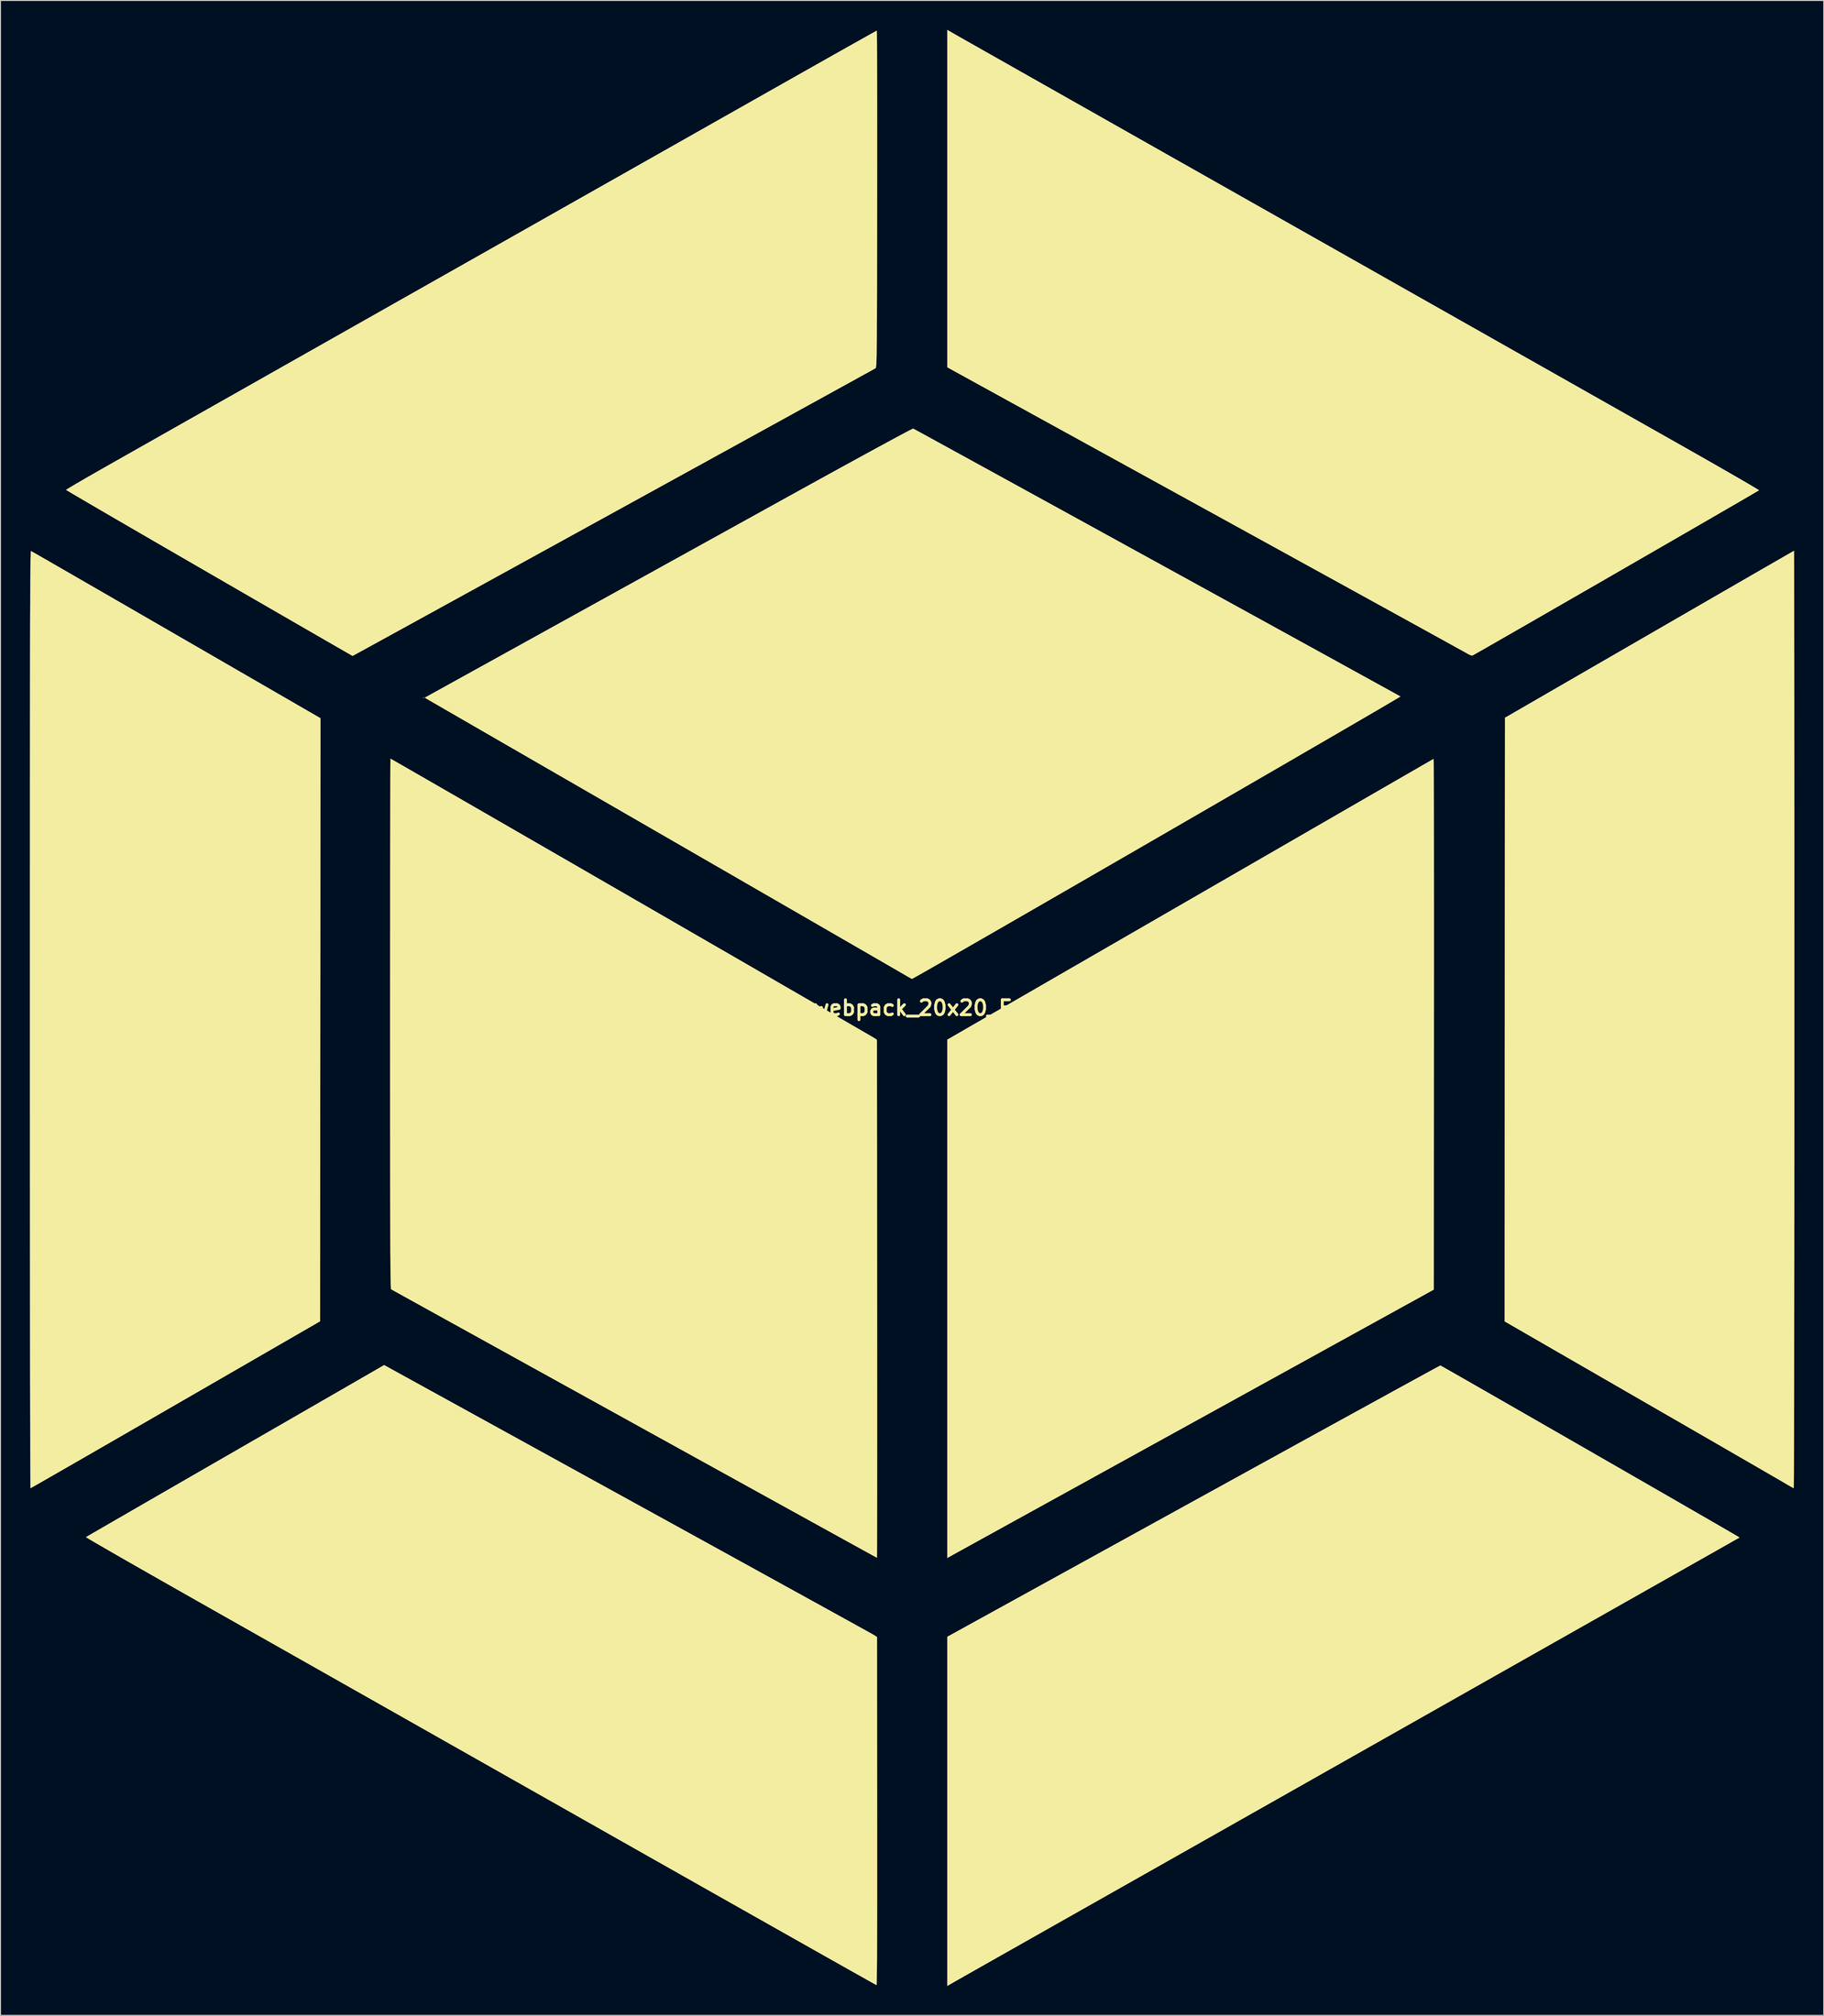
<source format=kicad_pcb>
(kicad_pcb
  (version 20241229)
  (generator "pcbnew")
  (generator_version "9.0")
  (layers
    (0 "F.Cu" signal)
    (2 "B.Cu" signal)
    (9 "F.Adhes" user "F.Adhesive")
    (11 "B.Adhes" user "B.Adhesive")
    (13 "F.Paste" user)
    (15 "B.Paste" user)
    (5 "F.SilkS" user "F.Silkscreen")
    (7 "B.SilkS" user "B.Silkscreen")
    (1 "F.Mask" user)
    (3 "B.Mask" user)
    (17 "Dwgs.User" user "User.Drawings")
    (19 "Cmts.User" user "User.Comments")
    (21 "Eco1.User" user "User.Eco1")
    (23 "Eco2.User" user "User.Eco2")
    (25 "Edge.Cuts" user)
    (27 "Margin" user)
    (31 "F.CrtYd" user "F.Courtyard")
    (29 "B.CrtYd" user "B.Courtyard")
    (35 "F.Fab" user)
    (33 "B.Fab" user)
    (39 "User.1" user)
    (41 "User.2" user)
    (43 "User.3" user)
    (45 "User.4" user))
  (footprint "webpack_20x20_F"
    (layer "F.Cu")
    (at 90.26 99.991)
    (property "Reference" "webpack_20x20_F" (at 0 0 0) (layer "F.SilkS") (effects (font (size 1.524 1.524) (thickness 0.3))))
    (attr through_hole)
    (fp_poly (pts (xy -49.953 -31.708) (xy -49.996 -31.665) (xy -50.038 -31.708) (xy -49.996 -31.75) (xy -49.953 -31.708)) (stroke (width 0.01) (type solid)) (fill yes) (layer "F.SilkS"))
    (fp_poly (pts (xy 53.282 -25.379) (xy 53.286 -25.136) (xy 53.291 -24.735) (xy 53.295 -24.184) (xy 53.299 -23.489) (xy 53.303 -22.656) (xy 53.306 -21.692) (xy 53.309 -20.603) (xy 53.312 -19.395) (xy 53.314 -18.074) (xy 53.317 -16.648) (xy 53.318 -15.121) (xy 53.32 -13.501) (xy 53.321 -11.794) (xy 53.322 -10.006) (xy 53.322 -8.143) (xy 53.322 -6.213) (xy 53.322 -4.22) (xy 53.321 -2.172) (xy 53.32 -0.074) (xy 53.319 1.654) (xy 53.298 28.802) (xy 40.598 35.805) (xy 38.99 36.692) (xy 37.272 37.639) (xy 35.465 38.635) (xy 33.588 39.67) (xy 31.663 40.731) (xy 29.71 41.808) (xy 27.75 42.889) (xy 25.803 43.962) (xy 23.89 45.016) (xy 22.032 46.041) (xy 20.248 47.024) (xy 18.561 47.955) (xy 16.989 48.821) (xy 16.171 49.272) (xy 14.857 49.996) (xy 13.578 50.701) (xy 12.343 51.382) (xy 11.161 52.034) (xy 10.04 52.652) (xy 8.987 53.233) (xy 8.012 53.771) (xy 7.123 54.261) (xy 6.328 54.7) (xy 5.635 55.082) (xy 5.052 55.404) (xy 4.588 55.66) (xy 4.252 55.846) (xy 4.05 55.958) (xy 4 55.985) (xy 3.556 56.235) (xy 3.556 3.239) (xy 28.384 -11.093) (xy 30.284 -12.19) (xy 32.146 -13.265) (xy 33.965 -14.315) (xy 35.736 -15.337) (xy 37.453 -16.328) (xy 39.112 -17.285) (xy 40.705 -18.205) (xy 42.23 -19.085) (xy 43.679 -19.922) (xy 45.047 -20.711) (xy 46.33 -21.452) (xy 47.522 -22.14) (xy 48.617 -22.772) (xy 49.611 -23.345) (xy 50.497 -23.857) (xy 51.271 -24.303) (xy 51.927 -24.682) (xy 52.459 -24.989) (xy 52.864 -25.222) (xy 53.134 -25.378) (xy 53.265 -25.453) (xy 53.277 -25.46) (xy 53.282 -25.379)) (stroke (width 0.01) (type solid)) (fill yes) (layer "F.SilkS"))
    (fp_poly (pts (xy 90.141 -46.652) (xy 90.143 -46.404) (xy 90.144 -45.995) (xy 90.146 -45.432) (xy 90.148 -44.719) (xy 90.15 -43.86) (xy 90.151 -42.86) (xy 90.153 -41.724) (xy 90.154 -40.457) (xy 90.156 -39.063) (xy 90.157 -37.548) (xy 90.159 -35.916) (xy 90.16 -34.172) (xy 90.161 -32.32) (xy 90.162 -30.366) (xy 90.163 -28.314) (xy 90.164 -26.169) (xy 90.165 -23.935) (xy 90.166 -21.618) (xy 90.167 -19.222) (xy 90.168 -16.752) (xy 90.168 -14.213) (xy 90.169 -11.609) (xy 90.169 -8.946) (xy 90.17 -6.227) (xy 90.17 -3.458) (xy 90.17 -0.644) (xy 90.17 1.185) (xy 90.17 4.026) (xy 90.17 6.825) (xy 90.169 9.576) (xy 90.168 12.275) (xy 90.167 14.917) (xy 90.166 17.499) (xy 90.165 20.013) (xy 90.163 22.457) (xy 90.162 24.825) (xy 90.16 27.113) (xy 90.158 29.315) (xy 90.156 31.427) (xy 90.153 33.445) (xy 90.151 35.362) (xy 90.148 37.176) (xy 90.146 38.88) (xy 90.143 40.471) (xy 90.14 41.942) (xy 90.137 43.291) (xy 90.134 44.511) (xy 90.13 45.598) (xy 90.127 46.548) (xy 90.123 47.355) (xy 90.12 48.015) (xy 90.116 48.523) (xy 90.113 48.874) (xy 90.109 49.064) (xy 90.106 49.099) (xy 90.012 49.054) (xy 89.805 48.941) (xy 89.521 48.777) (xy 89.281 48.635) (xy 89.13 48.546) (xy 88.84 48.377) (xy 88.419 48.133) (xy 87.873 47.817) (xy 87.212 47.434) (xy 86.442 46.989) (xy 85.571 46.485) (xy 84.607 45.928) (xy 83.558 45.322) (xy 82.43 44.671) (xy 81.232 43.979) (xy 79.971 43.252) (xy 78.656 42.492) (xy 77.292 41.706) (xy 75.889 40.897) (xy 74.53 40.113) (xy 60.541 32.046) (xy 60.56 1.189) (xy 60.579 -29.668) (xy 75.344 -38.202) (xy 76.804 -39.046) (xy 78.225 -39.867) (xy 79.6 -40.661) (xy 80.922 -41.425) (xy 82.184 -42.154) (xy 83.379 -42.843) (xy 84.5 -43.49) (xy 85.54 -44.091) (xy 86.492 -44.64) (xy 87.35 -45.134) (xy 88.106 -45.57) (xy 88.754 -45.943) (xy 89.286 -46.249) (xy 89.696 -46.484) (xy 89.976 -46.644) (xy 90.12 -46.726) (xy 90.139 -46.736) (xy 90.141 -46.652)) (stroke (width 0.01) (type solid)) (fill yes) (layer "F.SilkS"))
    (fp_poly (pts (xy -90.055 -46.663) (xy -89.825 -46.533) (xy -89.456 -46.322) (xy -88.95 -46.032) (xy -88.312 -45.665) (xy -87.544 -45.222) (xy -86.649 -44.707) (xy -85.632 -44.12) (xy -84.495 -43.464) (xy -83.241 -42.741) (xy -81.875 -41.953) (xy -80.4 -41.101) (xy -78.819 -40.187) (xy -77.135 -39.215) (xy -75.351 -38.184) (xy -73.472 -37.098) (xy -71.501 -35.958) (xy -69.44 -34.767) (xy -67.293 -33.526) (xy -65.064 -32.237) (xy -63.309 -31.222) (xy -60.536 -29.618) (xy -60.558 1.21) (xy -60.579 32.038) (xy -75.353 40.568) (xy -76.815 41.411) (xy -78.237 42.232) (xy -79.614 43.026) (xy -80.938 43.79) (xy -82.202 44.518) (xy -83.399 45.208) (xy -84.523 45.855) (xy -85.565 46.455) (xy -86.521 47.004) (xy -87.382 47.499) (xy -88.141 47.935) (xy -88.792 48.308) (xy -89.327 48.614) (xy -89.74 48.849) (xy -90.023 49.01) (xy -90.171 49.092) (xy -90.191 49.102) (xy -90.195 49.019) (xy -90.199 48.77) (xy -90.202 48.362) (xy -90.206 47.799) (xy -90.209 47.086) (xy -90.213 46.227) (xy -90.216 45.228) (xy -90.219 44.092) (xy -90.222 42.825) (xy -90.226 41.432) (xy -90.228 39.917) (xy -90.231 38.285) (xy -90.234 36.541) (xy -90.236 34.69) (xy -90.239 32.736) (xy -90.241 30.684) (xy -90.243 28.539) (xy -90.245 26.305) (xy -90.247 23.988) (xy -90.249 21.592) (xy -90.25 19.122) (xy -90.251 16.583) (xy -90.252 13.979) (xy -90.253 11.316) (xy -90.254 8.597) (xy -90.254 5.828) (xy -90.255 3.014) (xy -90.255 1.176) (xy -90.255 -2.297) (xy -90.254 -5.604) (xy -90.254 -8.75) (xy -90.254 -11.738) (xy -90.253 -14.571) (xy -90.253 -17.255) (xy -90.252 -19.791) (xy -90.251 -22.185) (xy -90.25 -24.44) (xy -90.248 -26.559) (xy -90.247 -28.547) (xy -90.245 -30.408) (xy -90.243 -32.144) (xy -90.241 -33.761) (xy -90.239 -35.261) (xy -90.236 -36.649) (xy -90.233 -37.928) (xy -90.23 -39.102) (xy -90.227 -40.175) (xy -90.223 -41.15) (xy -90.219 -42.032) (xy -90.215 -42.825) (xy -90.211 -43.531) (xy -90.206 -44.155) (xy -90.201 -44.701) (xy -90.195 -45.172) (xy -90.19 -45.572) (xy -90.184 -45.905) (xy -90.177 -46.175) (xy -90.17 -46.386) (xy -90.163 -46.541) (xy -90.156 -46.644) (xy -90.148 -46.699) (xy -90.141 -46.71) (xy -90.055 -46.663)) (stroke (width 0.01) (type solid)) (fill yes) (layer "F.SilkS"))
    (fp_poly (pts (xy 54.053 36.593) (xy 54.269 36.714) (xy 54.615 36.91) (xy 55.083 37.176) (xy 55.664 37.507) (xy 56.35 37.899) (xy 57.133 38.347) (xy 58.004 38.846) (xy 58.955 39.39) (xy 59.977 39.976) (xy 61.063 40.599) (xy 62.203 41.253) (xy 63.39 41.934) (xy 64.615 42.638) (xy 65.87 43.358) (xy 67.147 44.091) (xy 68.436 44.832) (xy 69.73 45.576) (xy 71.02 46.318) (xy 72.299 47.053) (xy 73.557 47.777) (xy 74.786 48.484) (xy 75.979 49.171) (xy 77.126 49.831) (xy 78.219 50.461) (xy 79.25 51.055) (xy 80.21 51.609) (xy 81.092 52.118) (xy 81.887 52.577) (xy 82.586 52.981) (xy 83.181 53.326) (xy 83.664 53.606) (xy 84.026 53.818) (xy 84.26 53.955) (xy 84.341 54.004) (xy 84.565 54.144) (xy 79.007 57.288) (xy 77.363 58.218) (xy 75.587 59.223) (xy 73.69 60.296) (xy 71.688 61.428) (xy 69.594 62.613) (xy 67.422 63.841) (xy 65.186 65.106) (xy 62.9 66.4) (xy 60.577 67.714) (xy 58.232 69.04) (xy 55.878 70.372) (xy 53.529 71.701) (xy 51.2 73.019) (xy 48.903 74.318) (xy 46.653 75.591) (xy 44.464 76.829) (xy 42.35 78.025) (xy 40.324 79.171) (xy 38.4 80.26) (xy 36.593 81.282) (xy 35.475 81.914) (xy 33.978 82.762) (xy 32.393 83.658) (xy 30.74 84.593) (xy 29.039 85.556) (xy 27.309 86.534) (xy 25.568 87.519) (xy 23.837 88.498) (xy 22.134 89.461) (xy 20.48 90.397) (xy 18.892 91.295) (xy 17.39 92.144) (xy 15.994 92.934) (xy 14.723 93.653) (xy 14.52 93.768) (xy 13.339 94.436) (xy 12.189 95.086) (xy 11.079 95.714) (xy 10.019 96.314) (xy 9.019 96.88) (xy 8.088 97.407) (xy 7.237 97.889) (xy 6.475 98.321) (xy 5.811 98.697) (xy 5.256 99.012) (xy 4.819 99.26) (xy 4.51 99.435) (xy 4.339 99.533) (xy 3.556 99.984) (xy 3.556 64.284) (xy 28.723 50.419) (xy 30.647 49.36) (xy 32.532 48.321) (xy 34.375 47.307) (xy 36.168 46.32) (xy 37.908 45.363) (xy 39.587 44.438) (xy 41.202 43.55) (xy 42.747 42.701) (xy 44.216 41.894) (xy 45.603 41.131) (xy 46.904 40.417) (xy 48.113 39.753) (xy 49.225 39.143) (xy 50.234 38.59) (xy 51.134 38.097) (xy 51.921 37.666) (xy 52.589 37.301) (xy 53.132 37.005) (xy 53.545 36.781) (xy 53.823 36.631) (xy 53.961 36.558) (xy 53.975 36.552) (xy 54.053 36.593)) (stroke (width 0.01) (type solid)) (fill yes) (layer "F.SilkS"))
    (fp_poly (pts (xy 4.043 -99.702) (xy 4.149 -99.642) (xy 4.397 -99.5) (xy 4.783 -99.281) (xy 5.303 -98.987) (xy 5.95 -98.62) (xy 6.721 -98.184) (xy 7.611 -97.68) (xy 8.614 -97.112) (xy 9.727 -96.482) (xy 10.943 -95.793) (xy 12.26 -95.048) (xy 13.67 -94.25) (xy 15.171 -93.4) (xy 16.757 -92.503) (xy 18.423 -91.56) (xy 20.165 -90.574) (xy 21.977 -89.549) (xy 23.856 -88.486) (xy 25.795 -87.388) (xy 27.791 -86.259) (xy 29.839 -85.101) (xy 31.933 -83.916) (xy 34.069 -82.707) (xy 36.242 -81.478) (xy 37.042 -81.026) (xy 39.309 -79.743) (xy 41.576 -78.461) (xy 43.836 -77.182) (xy 46.084 -75.911) (xy 48.311 -74.65) (xy 50.513 -73.405) (xy 52.681 -72.178) (xy 54.811 -70.973) (xy 56.895 -69.794) (xy 58.927 -68.645) (xy 60.9 -67.528) (xy 62.809 -66.449) (xy 64.645 -65.41) (xy 66.404 -64.415) (xy 68.078 -63.468) (xy 69.661 -62.572) (xy 71.147 -61.732) (xy 72.528 -60.95) (xy 73.799 -60.231) (xy 74.953 -59.578) (xy 75.984 -58.995) (xy 76.884 -58.486) (xy 77.648 -58.054) (xy 78.088 -57.805) (xy 79.196 -57.177) (xy 80.26 -56.573) (xy 81.272 -55.996) (xy 82.223 -55.453) (xy 83.104 -54.948) (xy 83.906 -54.487) (xy 84.619 -54.075) (xy 85.235 -53.717) (xy 85.744 -53.418) (xy 86.137 -53.185) (xy 86.406 -53.021) (xy 86.541 -52.932) (xy 86.555 -52.918) (xy 86.469 -52.864) (xy 86.245 -52.731) (xy 85.892 -52.524) (xy 85.418 -52.248) (xy 84.832 -51.907) (xy 84.142 -51.506) (xy 83.356 -51.051) (xy 82.484 -50.546) (xy 81.534 -49.996) (xy 80.514 -49.406) (xy 79.432 -48.781) (xy 78.298 -48.126) (xy 77.12 -47.445) (xy 75.906 -46.745) (xy 74.665 -46.029) (xy 73.406 -45.302) (xy 72.136 -44.57) (xy 70.865 -43.837) (xy 69.6 -43.108) (xy 68.351 -42.389) (xy 67.126 -41.683) (xy 65.934 -40.997) (xy 64.782 -40.334) (xy 63.68 -39.7) (xy 62.637 -39.1) (xy 61.659 -38.539) (xy 60.757 -38.021) (xy 59.938 -37.551) (xy 59.212 -37.135) (xy 58.586 -36.777) (xy 58.069 -36.482) (xy 57.67 -36.256) (xy 57.397 -36.102) (xy 57.259 -36.026) (xy 57.244 -36.019) (xy 57.098 -36.045) (xy 56.873 -36.142) (xy 56.727 -36.224) (xy 56.625 -36.282) (xy 56.38 -36.418) (xy 55.997 -36.63) (xy 55.482 -36.915) (xy 54.84 -37.269) (xy 54.077 -37.691) (xy 53.197 -38.176) (xy 52.207 -38.722) (xy 51.111 -39.326) (xy 49.915 -39.985) (xy 48.624 -40.696) (xy 47.244 -41.456) (xy 45.78 -42.262) (xy 44.238 -43.111) (xy 42.622 -44.001) (xy 40.938 -44.927) (xy 39.192 -45.888) (xy 37.389 -46.881) (xy 35.534 -47.901) (xy 33.632 -48.947) (xy 31.69 -50.016) (xy 29.951 -50.972) (xy 3.556 -65.488) (xy 3.556 -99.986) (xy 4.043 -99.702)) (stroke (width 0.01) (type solid)) (fill yes) (layer "F.SilkS"))
    (fp_poly (pts (xy -51.378 37.97) (xy -51.084 38.131) (xy -50.649 38.371) (xy -50.078 38.685) (xy -49.379 39.07) (xy -48.559 39.521) (xy -47.624 40.036) (xy -46.581 40.61) (xy -45.436 41.241) (xy -44.197 41.923) (xy -42.869 42.654) (xy -41.46 43.43) (xy -39.976 44.246) (xy -38.424 45.101) (xy -36.811 45.989) (xy -35.143 46.907) (xy -33.428 47.851) (xy -31.671 48.818) (xy -29.879 49.804) (xy -28.06 50.806) (xy -26.543 51.641) (xy -24.734 52.636) (xy -22.962 53.612) (xy -21.232 54.565) (xy -19.551 55.491) (xy -17.923 56.388) (xy -16.356 57.251) (xy -14.855 58.079) (xy -13.425 58.867) (xy -12.073 59.612) (xy -10.804 60.312) (xy -9.624 60.963) (xy -8.54 61.561) (xy -7.557 62.104) (xy -6.681 62.588) (xy -5.918 63.01) (xy -5.273 63.367) (xy -4.753 63.655) (xy -4.363 63.872) (xy -4.11 64.013) (xy -3.999 64.077) (xy -3.997 64.078) (xy -3.633 64.304) (xy -3.616 82.106) (xy -3.614 84.46) (xy -3.613 86.649) (xy -3.613 88.672) (xy -3.614 90.528) (xy -3.616 92.217) (xy -3.619 93.739) (xy -3.623 95.094) (xy -3.628 96.282) (xy -3.633 97.301) (xy -3.64 98.153) (xy -3.648 98.836) (xy -3.657 99.351) (xy -3.666 99.697) (xy -3.677 99.874) (xy -3.683 99.899) (xy -3.762 99.858) (xy -3.983 99.735) (xy -4.342 99.535) (xy -4.832 99.26) (xy -5.45 98.913) (xy -6.19 98.497) (xy -7.046 98.015) (xy -8.015 97.469) (xy -9.09 96.863) (xy -10.267 96.199) (xy -11.54 95.48) (xy -12.905 94.709) (xy -14.357 93.889) (xy -15.89 93.023) (xy -17.5 92.113) (xy -19.18 91.163) (xy -20.927 90.176) (xy -22.736 89.153) (xy -24.6 88.099) (xy -26.515 87.015) (xy -28.476 85.906) (xy -30.478 84.773) (xy -31.877 83.981) (xy -34.044 82.754) (xy -36.238 81.512) (xy -38.45 80.26) (xy -40.672 79.003) (xy -42.895 77.745) (xy -45.111 76.49) (xy -47.311 75.245) (xy -49.487 74.013) (xy -51.631 72.8) (xy -53.733 71.61) (xy -55.786 70.448) (xy -57.781 69.319) (xy -59.71 68.228) (xy -61.564 67.179) (xy -63.334 66.177) (xy -65.013 65.227) (xy -66.591 64.334) (xy -68.061 63.502) (xy -69.413 62.737) (xy -70.64 62.043) (xy -71.732 61.425) (xy -72.285 61.112) (xy -73.619 60.357) (xy -74.911 59.624) (xy -76.155 58.918) (xy -77.343 58.243) (xy -78.466 57.603) (xy -79.518 57.002) (xy -80.492 56.446) (xy -81.378 55.938) (xy -82.17 55.483) (xy -82.861 55.084) (xy -83.442 54.747) (xy -83.906 54.476) (xy -84.245 54.274) (xy -84.452 54.148) (xy -84.52 54.1) (xy -84.519 54.1) (xy -84.441 54.052) (xy -84.222 53.925) (xy -83.872 53.721) (xy -83.396 53.445) (xy -82.802 53.102) (xy -82.098 52.694) (xy -81.291 52.228) (xy -80.387 51.706) (xy -79.395 51.133) (xy -78.321 50.513) (xy -77.172 49.85) (xy -75.956 49.149) (xy -74.68 48.413) (xy -73.352 47.647) (xy -71.978 46.855) (xy -70.742 46.144) (xy -69.31 45.318) (xy -67.904 44.508) (xy -66.53 43.716) (xy -65.199 42.949) (xy -63.917 42.211) (xy -62.694 41.506) (xy -61.537 40.839) (xy -60.455 40.216) (xy -59.457 39.64) (xy -58.549 39.117) (xy -57.742 38.652) (xy -57.042 38.248) (xy -56.459 37.912) (xy -56 37.647) (xy -55.673 37.459) (xy -55.53 37.376) (xy -54.03 36.509) (xy -51.378 37.97)) (stroke (width 0.01) (type solid)) (fill yes) (layer "F.SilkS"))
    (fp_poly (pts (xy -53.304 -25.443) (xy -53.088 -25.32) (xy -52.739 -25.12) (xy -52.262 -24.847) (xy -51.664 -24.504) (xy -50.953 -24.095) (xy -50.134 -23.624) (xy -49.215 -23.094) (xy -48.201 -22.51) (xy -47.099 -21.875) (xy -45.915 -21.193) (xy -44.657 -20.468) (xy -43.33 -19.703) (xy -41.942 -18.902) (xy -40.498 -18.069) (xy -39.006 -17.208) (xy -37.471 -16.323) (xy -35.901 -15.417) (xy -34.301 -14.494) (xy -32.679 -13.557) (xy -31.04 -12.611) (xy -29.392 -11.66) (xy -27.741 -10.707) (xy -26.093 -9.755) (xy -24.455 -8.809) (xy -22.834 -7.873) (xy -21.236 -6.95) (xy -19.667 -6.043) (xy -18.134 -5.158) (xy -16.644 -4.297) (xy -15.202 -3.464) (xy -13.817 -2.663) (xy -12.493 -1.897) (xy -11.238 -1.172) (xy -10.058 -0.49) (xy -8.96 0.146) (xy -7.951 0.73) (xy -7.035 1.26) (xy -6.222 1.732) (xy -5.515 2.141) (xy -4.924 2.485) (xy -4.453 2.758) (xy -4.109 2.959) (xy -3.899 3.082) (xy -3.831 3.123) (xy -3.64 3.26) (xy -3.619 29.739) (xy -3.617 31.845) (xy -3.616 33.908) (xy -3.615 35.919) (xy -3.615 37.874) (xy -3.614 39.766) (xy -3.614 41.588) (xy -3.614 43.333) (xy -3.615 44.997) (xy -3.616 46.571) (xy -3.617 48.05) (xy -3.618 49.427) (xy -3.619 50.696) (xy -3.621 51.85) (xy -3.623 52.884) (xy -3.625 53.79) (xy -3.627 54.562) (xy -3.63 55.194) (xy -3.633 55.68) (xy -3.636 56.012) (xy -3.639 56.185) (xy -3.641 56.21) (xy -3.717 56.169) (xy -3.936 56.049) (xy -4.293 55.853) (xy -4.781 55.584) (xy -5.396 55.245) (xy -6.132 54.84) (xy -6.984 54.37) (xy -7.945 53.84) (xy -9.012 53.251) (xy -10.177 52.608) (xy -11.436 51.913) (xy -12.784 51.169) (xy -14.215 50.379) (xy -15.723 49.546) (xy -17.303 48.673) (xy -18.95 47.764) (xy -20.658 46.82) (xy -22.422 45.846) (xy -24.236 44.844) (xy -26.095 43.817) (xy -27.993 42.768) (xy -28.45 42.515) (xy -30.357 41.461) (xy -32.227 40.428) (xy -34.054 39.418) (xy -35.832 38.435) (xy -37.555 37.482) (xy -39.22 36.563) (xy -40.819 35.678) (xy -42.347 34.833) (xy -43.8 34.03) (xy -45.171 33.272) (xy -46.455 32.562) (xy -47.647 31.903) (xy -48.74 31.298) (xy -49.731 30.75) (xy -50.613 30.262) (xy -51.38 29.837) (xy -52.028 29.478) (xy -52.551 29.188) (xy -52.944 28.971) (xy -53.2 28.828) (xy -53.315 28.764) (xy -53.32 28.761) (xy -53.331 28.722) (xy -53.34 28.618) (xy -53.349 28.442) (xy -53.357 28.192) (xy -53.365 27.861) (xy -53.372 27.447) (xy -53.379 26.943) (xy -53.385 26.345) (xy -53.39 25.65) (xy -53.396 24.851) (xy -53.4 23.946) (xy -53.404 22.928) (xy -53.408 21.794) (xy -53.411 20.539) (xy -53.414 19.158) (xy -53.417 17.647) (xy -53.419 16.001) (xy -53.421 14.216) (xy -53.422 12.286) (xy -53.423 10.209) (xy -53.424 7.978) (xy -53.424 5.589) (xy -53.425 3.038) (xy -53.425 1.604) (xy -53.425 -0.527) (xy -53.424 -2.614) (xy -53.423 -4.65) (xy -53.423 -6.63) (xy -53.421 -8.547) (xy -53.42 -10.395) (xy -53.419 -12.166) (xy -53.417 -13.856) (xy -53.415 -15.458) (xy -53.413 -16.965) (xy -53.41 -18.371) (xy -53.408 -19.669) (xy -53.405 -20.854) (xy -53.402 -21.919) (xy -53.399 -22.858) (xy -53.396 -23.664) (xy -53.393 -24.33) (xy -53.39 -24.852) (xy -53.387 -25.222) (xy -53.383 -25.433) (xy -53.381 -25.485) (xy -53.304 -25.443)) (stroke (width 0.01) (type solid)) (fill yes) (layer "F.SilkS"))
    (fp_poly (pts (xy 0.149 -59.183) (xy 0.375 -59.061) (xy 0.736 -58.864) (xy 1.225 -58.597) (xy 1.835 -58.263) (xy 2.561 -57.865) (xy 3.395 -57.408) (xy 4.33 -56.895) (xy 5.361 -56.33) (xy 6.481 -55.715) (xy 7.682 -55.056) (xy 8.958 -54.355) (xy 10.303 -53.617) (xy 11.71 -52.844) (xy 13.173 -52.041) (xy 14.684 -51.211) (xy 16.237 -50.358) (xy 17.825 -49.485) (xy 19.443 -48.596) (xy 21.082 -47.695) (xy 22.737 -46.785) (xy 24.401 -45.871) (xy 26.068 -44.955) (xy 27.73 -44.041) (xy 29.381 -43.133) (xy 31.014 -42.235) (xy 32.624 -41.35) (xy 34.202 -40.482) (xy 35.743 -39.635) (xy 37.24 -38.812) (xy 38.686 -38.016) (xy 40.074 -37.252) (xy 41.399 -36.523) (xy 42.653 -35.833) (xy 43.829 -35.185) (xy 44.922 -34.583) (xy 45.924 -34.031) (xy 46.83 -33.532) (xy 47.631 -33.091) (xy 48.322 -32.709) (xy 48.895 -32.393) (xy 49.346 -32.144) (xy 49.665 -31.966) (xy 49.848 -31.864) (xy 49.891 -31.839) (xy 49.823 -31.793) (xy 49.615 -31.667) (xy 49.273 -31.464) (xy 48.804 -31.187) (xy 48.214 -30.841) (xy 47.509 -30.429) (xy 46.697 -29.955) (xy 45.784 -29.423) (xy 44.775 -28.836) (xy 43.678 -28.198) (xy 42.5 -27.513) (xy 41.245 -26.785) (xy 39.922 -26.018) (xy 38.537 -25.214) (xy 37.095 -24.378) (xy 35.604 -23.514) (xy 34.07 -22.626) (xy 32.499 -21.717) (xy 30.898 -20.79) (xy 29.274 -19.85) (xy 27.632 -18.901) (xy 25.98 -17.945) (xy 24.324 -16.988) (xy 22.67 -16.032) (xy 21.025 -15.082) (xy 19.395 -14.14) (xy 17.787 -13.212) (xy 16.207 -12.3) (xy 14.662 -11.409) (xy 13.158 -10.541) (xy 11.702 -9.702) (xy 10.3 -8.894) (xy 8.959 -8.121) (xy 7.684 -7.388) (xy 6.484 -6.697) (xy 5.363 -6.053) (xy 4.33 -5.459) (xy 3.389 -4.92) (xy 2.548 -4.438) (xy 1.812 -4.017) (xy 1.19 -3.663) (xy 0.686 -3.377) (xy 0.308 -3.164) (xy 0.061 -3.027) (xy -0.047 -2.971) (xy -0.051 -2.969) (xy -0.153 -3.013) (xy -0.363 -3.125) (xy -0.644 -3.286) (xy -0.804 -3.381) (xy -0.93 -3.454) (xy -1.197 -3.609) (xy -1.599 -3.842) (xy -2.131 -4.15) (xy -2.787 -4.53) (xy -3.562 -4.978) (xy -4.449 -5.491) (xy -5.444 -6.065) (xy -6.54 -6.699) (xy -7.733 -7.387) (xy -9.015 -8.128) (xy -10.382 -8.917) (xy -11.828 -9.752) (xy -13.348 -10.629) (xy -14.935 -11.545) (xy -16.585 -12.497) (xy -18.29 -13.482) (xy -20.047 -14.495) (xy -21.849 -15.535) (xy -23.69 -16.597) (xy -25.442 -17.608) (xy -27.31 -18.686) (xy -29.142 -19.743) (xy -30.931 -20.775) (xy -32.672 -21.78) (xy -34.36 -22.754) (xy -35.99 -23.694) (xy -37.555 -24.597) (xy -39.05 -25.46) (xy -40.47 -26.28) (xy -41.81 -27.053) (xy -43.063 -27.776) (xy -44.224 -28.447) (xy -45.288 -29.061) (xy -46.25 -29.616) (xy -47.103 -30.109) (xy -47.842 -30.536) (xy -48.462 -30.894) (xy -48.957 -31.18) (xy -49.322 -31.391) (xy -49.551 -31.524) (xy -49.639 -31.575) (xy -49.874 -31.72) (xy -37.955 -38.312) (xy -36.451 -39.144) (xy -34.82 -40.046) (xy -33.08 -41.008) (xy -31.254 -42.018) (xy -29.36 -43.066) (xy -27.419 -44.139) (xy -25.451 -45.228) (xy -23.476 -46.32) (xy -21.516 -47.405) (xy -19.589 -48.47) (xy -17.716 -49.506) (xy -15.917 -50.501) (xy -14.213 -51.444) (xy -13.046 -52.089) (xy -11.622 -52.876) (xy -10.246 -53.636) (xy -8.924 -54.363) (xy -7.666 -55.056) (xy -6.476 -55.708) (xy -5.362 -56.318) (xy -4.332 -56.881) (xy -3.393 -57.392) (xy -2.55 -57.849) (xy -1.813 -58.248) (xy -1.186 -58.584) (xy -0.679 -58.854) (xy -0.297 -59.053) (xy -0.048 -59.179) (xy 0.061 -59.227) (xy 0.065 -59.227) (xy 0.149 -59.183)) (stroke (width 0.01) (type solid)) (fill yes) (layer "F.SilkS"))
    (fp_poly (pts (xy -3.649 -99.823) (xy -3.644 -99.579) (xy -3.639 -99.18) (xy -3.635 -98.637) (xy -3.631 -97.956) (xy -3.627 -97.145) (xy -3.624 -96.213) (xy -3.621 -95.166) (xy -3.619 -94.015) (xy -3.617 -92.765) (xy -3.616 -91.426) (xy -3.615 -90.005) (xy -3.615 -88.509) (xy -3.615 -86.948) (xy -3.616 -85.329) (xy -3.617 -83.66) (xy -3.618 -82.698) (xy -3.62 -80.688) (xy -3.622 -78.84) (xy -3.625 -77.148) (xy -3.627 -75.604) (xy -3.63 -74.202) (xy -3.633 -72.936) (xy -3.636 -71.797) (xy -3.639 -70.78) (xy -3.643 -69.877) (xy -3.647 -69.081) (xy -3.652 -68.386) (xy -3.658 -67.785) (xy -3.664 -67.271) (xy -3.671 -66.837) (xy -3.679 -66.476) (xy -3.688 -66.181) (xy -3.697 -65.946) (xy -3.708 -65.763) (xy -3.72 -65.626) (xy -3.733 -65.528) (xy -3.747 -65.462) (xy -3.763 -65.42) (xy -3.779 -65.397) (xy -3.787 -65.391) (xy -3.872 -65.343) (xy -4.098 -65.218) (xy -4.459 -65.018) (xy -4.949 -64.748) (xy -5.562 -64.41) (xy -6.29 -64.008) (xy -7.128 -63.546) (xy -8.07 -63.028) (xy -9.108 -62.456) (xy -10.236 -61.834) (xy -11.449 -61.167) (xy -12.74 -60.456) (xy -14.101 -59.707) (xy -15.528 -58.922) (xy -17.013 -58.104) (xy -18.551 -57.258) (xy -20.134 -56.387) (xy -21.756 -55.495) (xy -23.412 -54.584) (xy -25.094 -53.659) (xy -26.796 -52.722) (xy -28.513 -51.778) (xy -30.236 -50.83) (xy -31.961 -49.882) (xy -33.68 -48.936) (xy -35.388 -47.997) (xy -37.077 -47.068) (xy -38.742 -46.153) (xy -40.376 -45.254) (xy -41.973 -44.376) (xy -43.527 -43.522) (xy -45.03 -42.696) (xy -46.477 -41.901) (xy -47.861 -41.14) (xy -49.175 -40.418) (xy -50.415 -39.737) (xy -51.572 -39.101) (xy -52.641 -38.514) (xy -53.615 -37.979) (xy -54.488 -37.5) (xy -55.254 -37.079) (xy -55.905 -36.722) (xy -56.437 -36.431) (xy -56.841 -36.209) (xy -57.113 -36.061) (xy -57.245 -35.99) (xy -57.258 -35.983) (xy -57.332 -36.025) (xy -57.546 -36.148) (xy -57.893 -36.347) (xy -58.366 -36.619) (xy -58.957 -36.959) (xy -59.66 -37.365) (xy -60.468 -37.83) (xy -61.374 -38.353) (xy -62.371 -38.928) (xy -63.451 -39.552) (xy -64.609 -40.221) (xy -65.837 -40.93) (xy -67.127 -41.675) (xy -68.474 -42.453) (xy -69.87 -43.26) (xy -71.308 -44.091) (xy -71.912 -44.44) (xy -73.365 -45.28) (xy -74.779 -46.099) (xy -76.147 -46.891) (xy -77.462 -47.652) (xy -78.716 -48.38) (xy -79.903 -49.068) (xy -81.016 -49.715) (xy -82.047 -50.314) (xy -82.991 -50.864) (xy -83.839 -51.358) (xy -84.586 -51.794) (xy -85.223 -52.167) (xy -85.745 -52.473) (xy -86.143 -52.709) (xy -86.412 -52.869) (xy -86.543 -52.951) (xy -86.556 -52.961) (xy -86.487 -53.012) (xy -86.282 -53.14) (xy -85.954 -53.336) (xy -85.513 -53.595) (xy -84.973 -53.91) (xy -84.345 -54.273) (xy -83.64 -54.677) (xy -82.871 -55.117) (xy -82.05 -55.584) (xy -81.534 -55.876) (xy -81.078 -56.134) (xy -80.482 -56.472) (xy -79.751 -56.885) (xy -78.893 -57.371) (xy -77.913 -57.925) (xy -76.819 -58.545) (xy -75.617 -59.225) (xy -74.313 -59.963) (xy -72.914 -60.754) (xy -71.426 -61.596) (xy -69.857 -62.484) (xy -68.212 -63.414) (xy -66.499 -64.384) (xy -64.723 -65.389) (xy -62.891 -66.425) (xy -61.01 -67.489) (xy -59.087 -68.577) (xy -57.127 -69.686) (xy -55.138 -70.811) (xy -53.126 -71.95) (xy -51.097 -73.097) (xy -49.657 -73.912) (xy -47.566 -75.095) (xy -45.462 -76.285) (xy -43.353 -77.478) (xy -41.246 -78.67) (xy -39.149 -79.857) (xy -37.07 -81.033) (xy -35.018 -82.194) (xy -33 -83.336) (xy -31.023 -84.454) (xy -29.097 -85.543) (xy -27.229 -86.6) (xy -25.426 -87.62) (xy -23.698 -88.598) (xy -22.051 -89.53) (xy -20.494 -90.411) (xy -19.034 -91.237) (xy -17.68 -92.003) (xy -16.439 -92.705) (xy -15.319 -93.338) (xy -14.329 -93.899) (xy -13.476 -94.381) (xy -13.264 -94.501) (xy -12.089 -95.166) (xy -10.955 -95.807) (xy -9.871 -96.419) (xy -8.844 -96.998) (xy -7.884 -97.54) (xy -7 -98.038) (xy -6.2 -98.488) (xy -5.493 -98.885) (xy -4.888 -99.224) (xy -4.394 -99.501) (xy -4.018 -99.709) (xy -3.771 -99.846) (xy -3.66 -99.905) (xy -3.654 -99.907) (xy -3.649 -99.823)) (stroke (width 0.01) (type solid)) (fill yes) (layer "F.SilkS")))
  (gr_rect
    (start -3 -3)
    (end 183.435 202.98)
    (stroke (width 0.1) (type default))
    (fill no)
    (layer "Edge.Cuts")))
</source>
